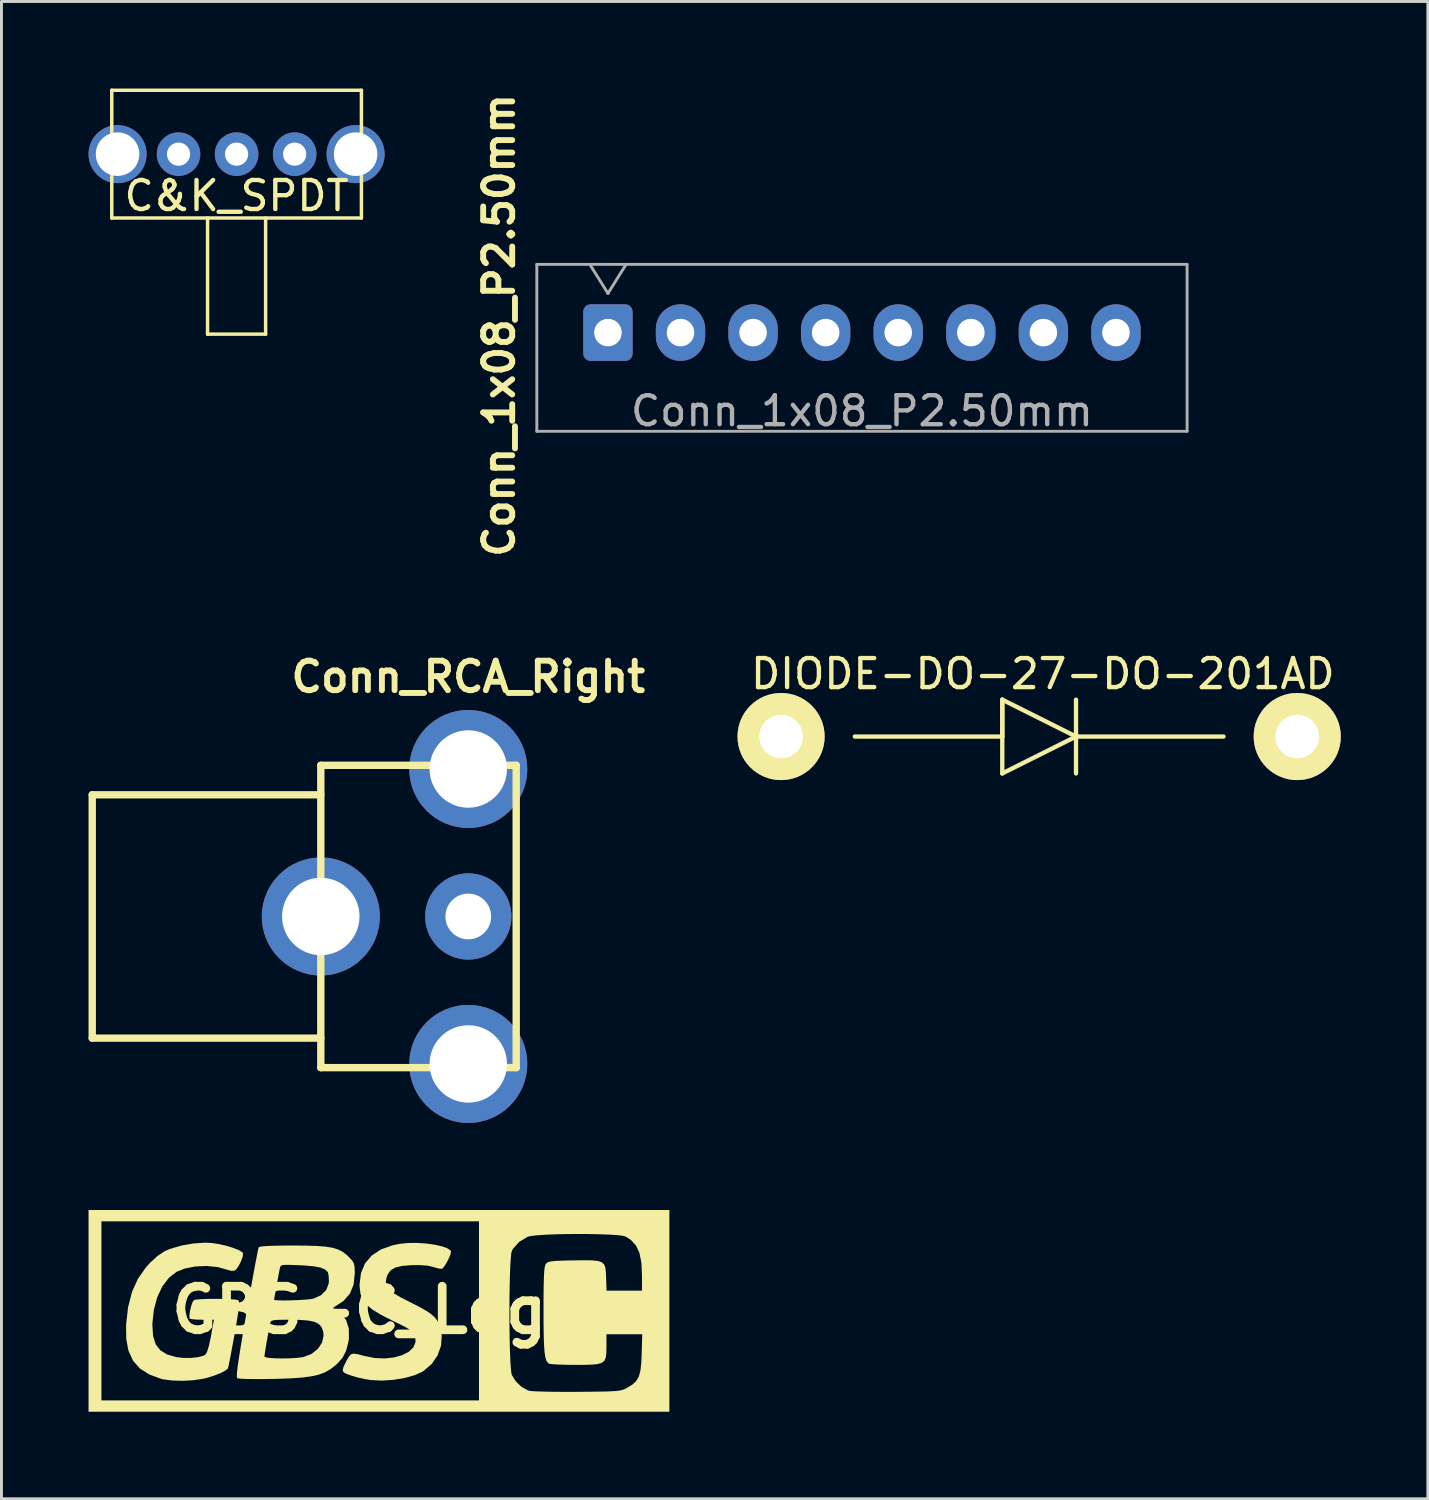
<source format=kicad_pcb>
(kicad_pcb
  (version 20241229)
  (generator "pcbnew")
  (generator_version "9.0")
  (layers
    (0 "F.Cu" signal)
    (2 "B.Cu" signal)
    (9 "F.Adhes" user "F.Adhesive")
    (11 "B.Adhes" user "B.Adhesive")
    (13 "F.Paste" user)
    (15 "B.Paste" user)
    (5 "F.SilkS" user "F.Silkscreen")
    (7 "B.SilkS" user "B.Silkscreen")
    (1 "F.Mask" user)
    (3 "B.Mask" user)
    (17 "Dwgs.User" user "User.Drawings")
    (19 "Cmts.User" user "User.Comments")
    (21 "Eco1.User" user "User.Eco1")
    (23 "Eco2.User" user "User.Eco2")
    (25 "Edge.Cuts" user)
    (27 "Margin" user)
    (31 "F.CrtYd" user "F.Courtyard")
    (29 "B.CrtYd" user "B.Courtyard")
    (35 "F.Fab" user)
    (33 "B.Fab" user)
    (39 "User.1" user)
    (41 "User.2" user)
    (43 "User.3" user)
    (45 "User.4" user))
  (footprint "DIODE-DO-27-DO-201AD"
    (layer "F.Cu")
    (at 32.746 22.322)
    (property "Reference" "DIODE-DO-27-DO-201AD" (at 0.127 -2.159 0) (layer "F.SilkS") (effects (font (size 1 1) (thickness 0.15))))
    (attr through_hole)
    (fp_line (start -6.35 0) (end -1.27 0) (stroke (width 0.15) (type solid)) (layer "F.SilkS"))
    (fp_line (start -1.27 -1.27) (end -1.27 1.27) (stroke (width 0.15) (type solid)) (layer "F.SilkS"))
    (fp_line (start -1.27 0) (end -1.27 -1.27) (stroke (width 0.15) (type solid)) (layer "F.SilkS"))
    (fp_line (start -1.27 1.27) (end 1.27 0) (stroke (width 0.15) (type solid)) (layer "F.SilkS"))
    (fp_line (start 1.27 -1.27) (end 1.27 1.27) (stroke (width 0.15) (type solid)) (layer "F.SilkS"))
    (fp_line (start 1.27 0) (end -1.27 -1.27) (stroke (width 0.15) (type solid)) (layer "F.SilkS"))
    (fp_line (start 1.27 0) (end 6.35 0) (stroke (width 0.15) (type solid)) (layer "F.SilkS"))
    (pad "1" thru_hole circle (at 8.89 0) (size 3 3) (drill 1.5) (layers "*.Cu" "*.Mask" "F.SilkS"))
    (pad "2" thru_hole circle (at -8.89 0) (size 3 3) (drill 1.5) (layers "*.Cu" "*.Mask" "F.SilkS")))
  (footprint "Conn_RCA_Right"
    (layer "F.Cu")
    (at 8.001 28.52)
    (property "Reference" "Conn_RCA_Right" (at 5.08 -8.255 0) (layer "F.SilkS") (effects (font (size 1.016 1.016) (thickness 0.203))))
    (attr through_hole)
    (fp_line (start -7.874 -4.191) (end -7.874 4.191) (stroke (width 0.254) (type solid)) (layer "F.SilkS"))
    (fp_line (start -7.874 4.191) (end 0 4.191) (stroke (width 0.254) (type solid)) (layer "F.SilkS"))
    (fp_line (start 0 -5.207) (end 0 5.207) (stroke (width 0.254) (type solid)) (layer "F.SilkS"))
    (fp_line (start 0 -5.207) (end 6.731 -5.207) (stroke (width 0.254) (type solid)) (layer "F.SilkS"))
    (fp_line (start 0 -4.191) (end -7.874 -4.191) (stroke (width 0.254) (type solid)) (layer "F.SilkS"))
    (fp_line (start 6.731 -5.207) (end 6.731 5.207) (stroke (width 0.254) (type solid)) (layer "F.SilkS"))
    (fp_line (start 6.731 5.207) (end 0 5.207) (stroke (width 0.254) (type solid)) (layer "F.SilkS"))
    (pad "1" thru_hole circle (at 5.08 0) (size 2.972 2.972) (drill 1.575) (layers "*.Cu" "*.Mask"))
    (pad "2" thru_hole circle (at 0 0) (size 4.064 4.064) (drill 2.667) (layers "*.Cu" "*.Mask"))
    (pad "2" thru_hole circle (at 5.08 -5.08) (size 4.064 4.064) (drill 2.667) (layers "*.Cu" "*.Mask"))
    (pad "2" thru_hole circle (at 5.08 5.08) (size 4.064 4.064) (drill 2.667) (layers "*.Cu" "*.Mask")))
  (footprint "C&K_SPDT"
    (layer "F.Cu")
    (at 5.1 2.26)
    (property "Reference" "C&K_SPDT" (at 0 1.435 0) (layer "F.SilkS") (effects (font (size 1 1) (thickness 0.15))))
    (attr through_hole)
    (fp_line (start -4.3 -2.2) (end 4.3 -2.2) (stroke (width 0.12) (type solid)) (layer "F.SilkS"))
    (fp_line (start -4.3 2.2) (end -4.3 -2.2) (stroke (width 0.12) (type solid)) (layer "F.SilkS"))
    (fp_line (start -1 6.2) (end -1 2.2) (stroke (width 0.12) (type solid)) (layer "F.SilkS"))
    (fp_line (start 1 2.2) (end 1 6.2) (stroke (width 0.12) (type solid)) (layer "F.SilkS"))
    (fp_line (start 1 6.2) (end -1 6.2) (stroke (width 0.12) (type solid)) (layer "F.SilkS"))
    (fp_line (start 4.3 -2.2) (end 4.3 2.2) (stroke (width 0.12) (type solid)) (layer "F.SilkS"))
    (fp_line (start 4.3 2.2) (end -4.3 2.2) (stroke (width 0.12) (type solid)) (layer "F.SilkS"))
    (pad "1" thru_hole circle (at -2 0) (size 1.5 1.5) (drill 0.8) (layers "*.Cu" "*.Mask"))
    (pad "2" thru_hole circle (at 0 0) (size 1.5 1.5) (drill 0.8) (layers "*.Cu" "*.Mask"))
    (pad "3" thru_hole circle (at 2 0) (size 1.5 1.5) (drill 0.8) (layers "*.Cu" "*.Mask"))
    (pad "S" thru_hole circle (at -4.1 0) (size 2 2) (drill 1.5) (layers "*.Cu" "*.Mask"))
    (pad "S" thru_hole circle (at 4.1 0) (size 2 2) (drill 1.5) (layers "*.Cu" "*.Mask")))
  (footprint "Conn_1x08_P2.50mm"
    (layer "F.Cu")
    (at 17.892 8.407)
    (property "Reference" "Conn_1x08_P2.50mm" (at -3.75 -0.25 90) (layer "F.SilkS") (effects (font (size 1 1) (thickness 0.203) (bold yes))))
    (property "Value" "${VALUE}" (at -5.5 4.25 270) (layer "F.SilkS") (hide yes) (effects (font (size 1 1) (thickness 0.203) (bold yes) (italic yes))))
    (attr through_hole allow_missing_courtyard)
    (fp_line (start -2.45 -2.35) (end -2.45 3.4) (stroke (width 0.1) (type solid)) (layer "F.Fab"))
    (fp_line (start -2.45 3.4) (end 19.95 3.4) (stroke (width 0.1) (type solid)) (layer "F.Fab"))
    (fp_line (start -0.625 -2.35) (end 0 -1.35) (stroke (width 0.1) (type solid)) (layer "F.Fab"))
    (fp_line (start 0 -1.35) (end 0.625 -2.35) (stroke (width 0.1) (type solid)) (layer "F.Fab"))
    (fp_line (start 19.95 -2.35) (end -2.45 -2.35) (stroke (width 0.1) (type solid)) (layer "F.Fab"))
    (fp_line (start 19.95 3.4) (end 19.95 -2.35) (stroke (width 0.1) (type solid)) (layer "F.Fab"))
    (fp_text user "${REFERENCE}" (at 8.75 2.7 0) (layer "F.Fab") (effects (font (size 1 1) (thickness 0.15))))
    (pad "1" thru_hole roundrect (at 0 0) (size 1.7 1.95) (drill 0.95) (layers "*.Cu" "*.Mask") (roundrect_rratio 0.147))
    (pad "2" thru_hole oval (at 2.5 0) (size 1.7 1.95) (drill 0.95) (layers "*.Cu" "*.Mask"))
    (pad "3" thru_hole oval (at 5 0) (size 1.7 1.95) (drill 0.95) (layers "*.Cu" "*.Mask"))
    (pad "4" thru_hole oval (at 7.5 0) (size 1.7 1.95) (drill 0.95) (layers "*.Cu" "*.Mask"))
    (pad "5" thru_hole oval (at 10 0) (size 1.7 1.95) (drill 0.95) (layers "*.Cu" "*.Mask"))
    (pad "6" thru_hole oval (at 12.5 0) (size 1.7 1.95) (drill 0.95) (layers "*.Cu" "*.Mask"))
    (pad "7" thru_hole oval (at 15 0) (size 1.7 1.95) (drill 0.95) (layers "*.Cu" "*.Mask"))
    (pad "8" thru_hole oval (at 17.5 0) (size 1.7 1.95) (drill 0.95) (layers "*.Cu" "*.Mask")))
  (footprint "GBS-C_Logo"
    (layer "F.Cu")
    (at 10.004 42.078)
    (property "Reference" "GBS-C_Logo" (at 0 0 0) (layer "F.SilkS") (effects (font (size 1.5 1.5) (thickness 0.3))))
    (attr board_only exclude_from_pos_files exclude_from_bom)
    (fp_poly (pts (xy 1.634 -2.291) (xy 1.926 -2.25) (xy 2.178 -2.193) (xy 2.368 -2.123) (xy 2.473 -2.044) (xy 2.482 -2.026) (xy 2.471 -1.942) (xy 2.417 -1.803) (xy 2.338 -1.645) (xy 2.253 -1.507) (xy 2.181 -1.425) (xy 2.177 -1.423) (xy 2.102 -1.423) (xy 1.964 -1.456) (xy 1.886 -1.481) (xy 1.665 -1.531) (xy 1.374 -1.55) (xy 1.129 -1.547) (xy 0.8 -1.521) (xy 0.563 -1.464) (xy 0.402 -1.369) (xy 0.3 -1.226) (xy 0.255 -1.096) (xy 0.235 -0.949) (xy 0.262 -0.822) (xy 0.349 -0.702) (xy 0.508 -0.578) (xy 0.75 -0.436) (xy 1.015 -0.301) (xy 1.358 -0.127) (xy 1.614 0.016) (xy 1.799 0.14) (xy 1.929 0.258) (xy 2.019 0.382) (xy 2.086 0.524) (xy 2.087 0.528) (xy 2.163 0.875) (xy 2.139 1.226) (xy 2.02 1.561) (xy 1.815 1.859) (xy 1.532 2.101) (xy 1.501 2.121) (xy 1.23 2.244) (xy 0.884 2.34) (xy 0.495 2.404) (xy 0.097 2.43) (xy -0.278 2.412) (xy -0.495 2.377) (xy -0.729 2.323) (xy -0.948 2.26) (xy -1.122 2.197) (xy -1.22 2.142) (xy -1.225 2.137) (xy -1.249 2.066) (xy -1.22 1.953) (xy -1.132 1.774) (xy -1.129 1.767) (xy -1.044 1.616) (xy -0.971 1.53) (xy -0.882 1.5) (xy -0.746 1.517) (xy -0.537 1.572) (xy -0.502 1.582) (xy -0.15 1.652) (xy 0.194 1.667) (xy 0.514 1.633) (xy 0.796 1.555) (xy 1.024 1.438) (xy 1.183 1.288) (xy 1.259 1.11) (xy 1.255 0.979) (xy 1.228 0.875) (xy 1.185 0.79) (xy 1.108 0.711) (xy 0.983 0.627) (xy 0.792 0.524) (xy 0.519 0.39) (xy 0.452 0.358) (xy 0.071 0.164) (xy -0.217 -0.01) (xy -0.422 -0.179) (xy -0.557 -0.356) (xy -0.634 -0.553) (xy -0.665 -0.784) (xy -0.667 -0.881) (xy -0.62 -1.274) (xy -0.479 -1.608) (xy -0.247 -1.88) (xy 0.074 -2.09) (xy 0.484 -2.235) (xy 0.73 -2.284) (xy 1.014 -2.311) (xy 1.322 -2.312)) (stroke (width 0) (type solid)) (fill yes) (layer "F.SilkS"))
    (fp_poly (pts (xy -5.756 -2.31) (xy -5.509 -2.272) (xy -5.255 -2.213) (xy -5.02 -2.141) (xy -4.83 -2.065) (xy -4.71 -1.994) (xy -4.684 -1.961) (xy -4.689 -1.858) (xy -4.741 -1.705) (xy -4.82 -1.543) (xy -4.908 -1.412) (xy -4.976 -1.354) (xy -5.086 -1.35) (xy -5.212 -1.384) (xy -5.551 -1.48) (xy -5.936 -1.519) (xy -6.33 -1.501) (xy -6.697 -1.428) (xy -6.972 -1.317) (xy -7.24 -1.108) (xy -7.464 -0.811) (xy -7.638 -0.44) (xy -7.753 -0.014) (xy -7.804 0.453) (xy -7.805 0.528) (xy -7.78 0.896) (xy -7.692 1.178) (xy -7.533 1.386) (xy -7.294 1.531) (xy -6.993 1.618) (xy -6.747 1.648) (xy -6.484 1.649) (xy -6.24 1.624) (xy -6.051 1.575) (xy -5.981 1.539) (xy -5.924 1.446) (xy -5.863 1.252) (xy -5.8 0.968) (xy -5.788 0.903) (xy -5.684 0.333) (xy -6.09 0.333) (xy -6.291 0.328) (xy -6.444 0.314) (xy -6.52 0.294) (xy -6.523 0.291) (xy -6.532 0.202) (xy -6.513 0.052) (xy -6.474 -0.117) (xy -6.426 -0.263) (xy -6.379 -0.342) (xy -6.377 -0.343) (xy -6.293 -0.362) (xy -6.124 -0.375) (xy -5.898 -0.384) (xy -5.642 -0.386) (xy -5.383 -0.384) (xy -5.148 -0.376) (xy -4.964 -0.364) (xy -4.857 -0.346) (xy -4.846 -0.341) (xy -4.824 -0.306) (xy -4.817 -0.227) (xy -4.826 -0.091) (xy -4.853 0.113) (xy -4.899 0.398) (xy -4.965 0.778) (xy -4.975 0.837) (xy -5.037 1.179) (xy -5.094 1.484) (xy -5.142 1.735) (xy -5.179 1.915) (xy -5.202 2.006) (xy -5.204 2.013) (xy -5.293 2.087) (xy -5.461 2.173) (xy -5.679 2.259) (xy -5.918 2.333) (xy -6.05 2.365) (xy -6.393 2.417) (xy -6.765 2.437) (xy -7.125 2.427) (xy -7.431 2.387) (xy -7.503 2.369) (xy -7.914 2.218) (xy -8.236 2.012) (xy -8.472 1.744) (xy -8.627 1.408) (xy -8.705 0.997) (xy -8.71 0.506) (xy -8.71 0.504) (xy -8.642 -0.099) (xy -8.508 -0.622) (xy -8.303 -1.078) (xy -8.022 -1.478) (xy -7.869 -1.644) (xy -7.618 -1.871) (xy -7.385 -2.025) (xy -7.21 -2.103) (xy -6.817 -2.219) (xy -6.393 -2.294) (xy -5.984 -2.321)) (stroke (width 0) (type solid)) (fill yes) (layer "F.SilkS"))
    (fp_poly (pts (xy 10.004 0.028) (xy 10.004 3.502) (xy 0 3.502) (xy -10.004 3.502) (xy -10.004 0.028) (xy -10.004 -3.057) (xy -9.56 -3.057) (xy -9.56 0.028) (xy -9.56 3.112) (xy -3.057 3.112) (xy 3.446 3.112) (xy 3.446 0.098) (xy 4.494 0.098) (xy 4.496 0.531) (xy 4.501 0.949) (xy 4.51 1.335) (xy 4.523 1.673) (xy 4.538 1.948) (xy 4.558 2.143) (xy 4.578 2.239) (xy 4.716 2.458) (xy 4.911 2.645) (xy 5.127 2.766) (xy 5.178 2.781) (xy 5.283 2.793) (xy 5.482 2.803) (xy 5.757 2.811) (xy 6.094 2.816) (xy 6.473 2.818) (xy 6.836 2.817) (xy 7.281 2.813) (xy 7.63 2.809) (xy 7.896 2.803) (xy 8.094 2.793) (xy 8.24 2.78) (xy 8.347 2.761) (xy 8.431 2.735) (xy 8.505 2.702) (xy 8.541 2.683) (xy 8.727 2.569) (xy 8.861 2.445) (xy 8.952 2.29) (xy 9.008 2.082) (xy 9.038 1.801) (xy 9.05 1.515) (xy 9.069 0.834) (xy 8.453 0.834) (xy 7.837 0.834) (xy 7.837 1.251) (xy 7.834 1.471) (xy 7.814 1.634) (xy 7.764 1.748) (xy 7.668 1.822) (xy 7.513 1.864) (xy 7.282 1.883) (xy 6.963 1.889) (xy 6.767 1.889) (xy 6.468 1.886) (xy 6.206 1.878) (xy 6.002 1.867) (xy 5.879 1.854) (xy 5.853 1.846) (xy 5.8 1.798) (xy 5.758 1.719) (xy 5.726 1.599) (xy 5.702 1.425) (xy 5.686 1.185) (xy 5.676 0.869) (xy 5.67 0.464) (xy 5.669 0.007) (xy 5.67 -0.459) (xy 5.674 -0.826) (xy 5.681 -1.105) (xy 5.691 -1.309) (xy 5.706 -1.45) (xy 5.725 -1.54) (xy 5.748 -1.587) (xy 5.788 -1.629) (xy 5.848 -1.659) (xy 5.948 -1.68) (xy 6.104 -1.694) (xy 6.335 -1.703) (xy 6.658 -1.71) (xy 6.679 -1.71) (xy 7.059 -1.716) (xy 7.342 -1.712) (xy 7.543 -1.691) (xy 7.677 -1.646) (xy 7.758 -1.569) (xy 7.8 -1.453) (xy 7.818 -1.291) (xy 7.825 -1.124) (xy 7.841 -0.667) (xy 8.45 -0.667) (xy 9.06 -0.667) (xy 9.06 -1.225) (xy 9.039 -1.641) (xy 8.973 -1.968) (xy 8.856 -2.221) (xy 8.68 -2.413) (xy 8.493 -2.534) (xy 8.382 -2.562) (xy 8.179 -2.584) (xy 7.902 -2.601) (xy 7.569 -2.612) (xy 7.2 -2.619) (xy 6.811 -2.62) (xy 6.422 -2.617) (xy 6.051 -2.608) (xy 5.717 -2.594) (xy 5.438 -2.575) (xy 5.233 -2.552) (xy 5.126 -2.526) (xy 4.834 -2.352) (xy 4.62 -2.114) (xy 4.58 -2.045) (xy 4.557 -1.946) (xy 4.538 -1.75) (xy 4.522 -1.476) (xy 4.51 -1.138) (xy 4.501 -0.753) (xy 4.496 -0.335) (xy 4.494 0.098) (xy 3.446 0.098) (xy 3.446 0.028) (xy 3.446 -3.057) (xy -3.057 -3.057) (xy -9.56 -3.057) (xy -10.004 -3.057) (xy -10.004 -3.446) (xy 0 -3.446) (xy 10.004 -3.446)) (stroke (width 0) (type solid)) (fill yes) (layer "F.SilkS"))
    (fp_poly (pts (xy -2.505 -2.22) (xy -2.125 -2.207) (xy -1.824 -2.183) (xy -1.589 -2.143) (xy -1.402 -2.085) (xy -1.248 -2.005) (xy -1.113 -1.901) (xy -1.044 -1.835) (xy -0.931 -1.715) (xy -0.868 -1.614) (xy -0.84 -1.491) (xy -0.834 -1.306) (xy -0.834 -1.255) (xy -0.874 -0.878) (xy -0.998 -0.57) (xy -1.212 -0.321) (xy -1.473 -0.148) (xy -1.565 -0.09) (xy -1.581 -0.059) (xy -1.572 -0.058) (xy -1.492 -0.022) (xy -1.37 0.065) (xy -1.313 0.112) (xy -1.133 0.342) (xy -1.039 0.635) (xy -1.034 0.977) (xy -1.053 1.098) (xy -1.131 1.399) (xy -1.247 1.631) (xy -1.424 1.836) (xy -1.511 1.913) (xy -1.68 2.043) (xy -1.862 2.146) (xy -2.071 2.224) (xy -2.323 2.282) (xy -2.635 2.324) (xy -3.022 2.351) (xy -3.5 2.369) (xy -3.64 2.372) (xy -3.992 2.377) (xy -4.309 2.377) (xy -4.572 2.373) (xy -4.764 2.364) (xy -4.867 2.352) (xy -4.878 2.348) (xy -4.892 2.313) (xy -4.895 2.231) (xy -4.884 2.093) (xy -4.86 1.891) (xy -4.819 1.617) (xy -4.817 1.602) (xy -3.946 1.602) (xy -3.895 1.63) (xy -3.758 1.651) (xy -3.559 1.663) (xy -3.325 1.667) (xy -3.08 1.663) (xy -2.849 1.649) (xy -2.656 1.627) (xy -2.589 1.614) (xy -2.317 1.507) (xy -2.103 1.337) (xy -1.961 1.122) (xy -1.907 0.883) (xy -1.923 0.729) (xy -1.979 0.584) (xy -2.075 0.477) (xy -2.225 0.404) (xy -2.444 0.36) (xy -2.747 0.338) (xy -3.042 0.334) (xy -3.327 0.334) (xy -3.519 0.339) (xy -3.639 0.352) (xy -3.704 0.375) (xy -3.735 0.412) (xy -3.749 0.459) (xy -3.779 0.61) (xy -3.817 0.815) (xy -3.858 1.044) (xy -3.896 1.266) (xy -3.926 1.453) (xy -3.944 1.575) (xy -3.946 1.602) (xy -4.817 1.602) (xy -4.762 1.261) (xy -4.688 0.815) (xy -4.594 0.271) (xy -4.563 0.096) (xy -4.484 -0.355) (xy -3.613 -0.355) (xy -3.562 -0.34) (xy -3.425 -0.332) (xy -3.229 -0.331) (xy -2.999 -0.336) (xy -2.76 -0.345) (xy -2.539 -0.359) (xy -2.36 -0.376) (xy -2.255 -0.395) (xy -1.995 -0.512) (xy -1.816 -0.69) (xy -1.73 -0.918) (xy -1.724 -1.01) (xy -1.733 -1.173) (xy -1.756 -1.29) (xy -1.766 -1.312) (xy -1.857 -1.398) (xy -2.009 -1.462) (xy -2.237 -1.506) (xy -2.554 -1.535) (xy -2.733 -1.544) (xy -3.01 -1.555) (xy -3.196 -1.558) (xy -3.31 -1.551) (xy -3.371 -1.53) (xy -3.4 -1.492) (xy -3.414 -1.439) (xy -3.436 -1.331) (xy -3.469 -1.158) (xy -3.508 -0.95) (xy -3.547 -0.736) (xy -3.581 -0.546) (xy -3.605 -0.409) (xy -3.613 -0.355) (xy -4.484 -0.355) (xy -4.478 -0.386) (xy -4.398 -0.835) (xy -4.325 -1.237) (xy -4.261 -1.583) (xy -4.208 -1.859) (xy -4.169 -2.053) (xy -4.146 -2.154) (xy -4.142 -2.165) (xy -4.073 -2.187) (xy -3.897 -2.204) (xy -3.622 -2.216) (xy -3.252 -2.222) (xy -2.98 -2.223)) (stroke (width 0) (type solid)) (fill yes) (layer "F.SilkS")))
  (gr_rect
    (start -3 -3)
    (end 46.136 48.58)
    (stroke (width 0.1) (type default))
    (fill no)
    (layer "Edge.Cuts")))
</source>
